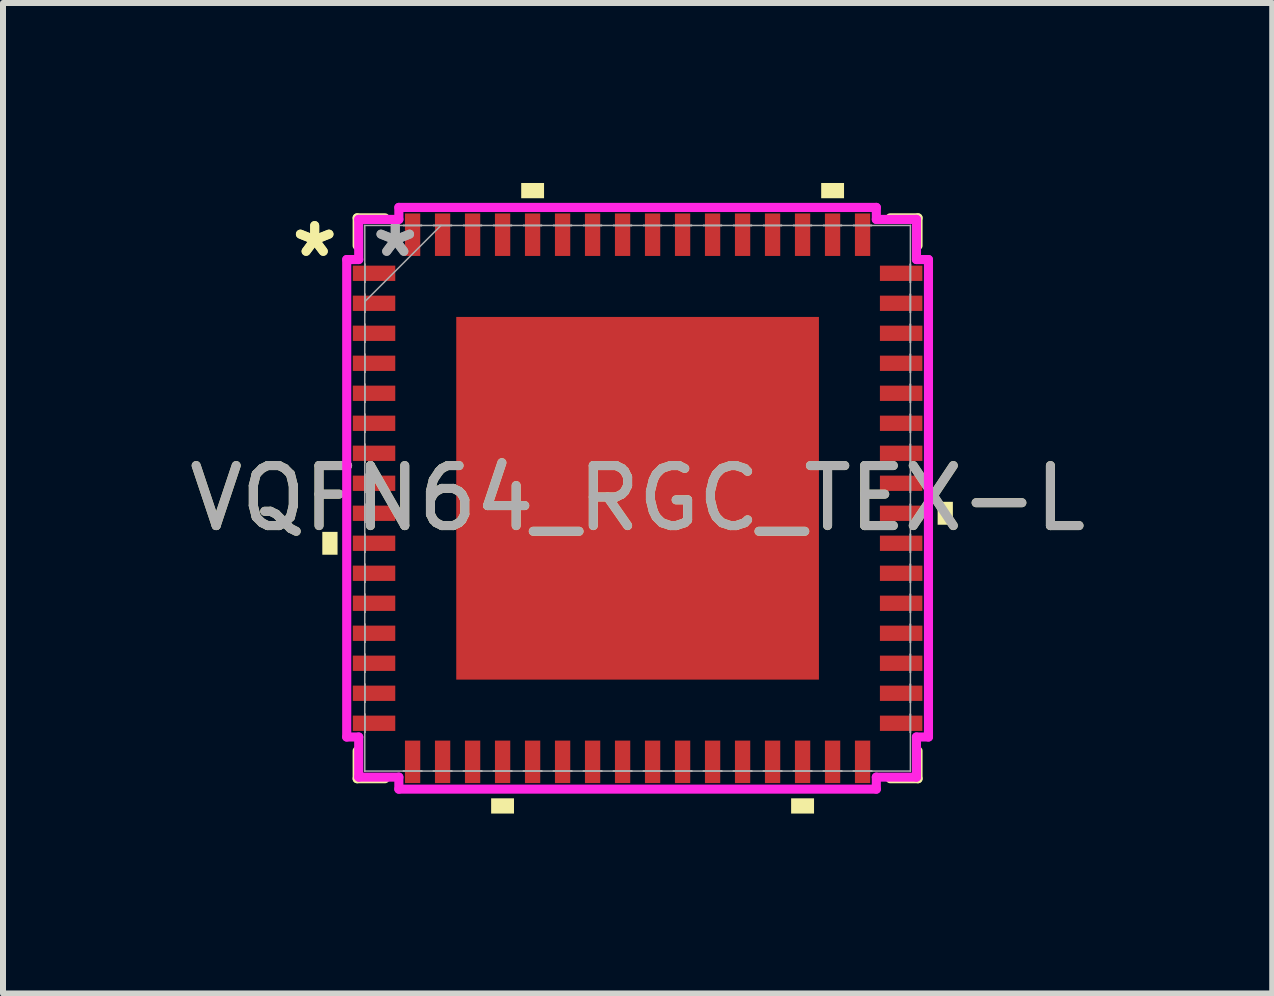
<source format=kicad_pcb>
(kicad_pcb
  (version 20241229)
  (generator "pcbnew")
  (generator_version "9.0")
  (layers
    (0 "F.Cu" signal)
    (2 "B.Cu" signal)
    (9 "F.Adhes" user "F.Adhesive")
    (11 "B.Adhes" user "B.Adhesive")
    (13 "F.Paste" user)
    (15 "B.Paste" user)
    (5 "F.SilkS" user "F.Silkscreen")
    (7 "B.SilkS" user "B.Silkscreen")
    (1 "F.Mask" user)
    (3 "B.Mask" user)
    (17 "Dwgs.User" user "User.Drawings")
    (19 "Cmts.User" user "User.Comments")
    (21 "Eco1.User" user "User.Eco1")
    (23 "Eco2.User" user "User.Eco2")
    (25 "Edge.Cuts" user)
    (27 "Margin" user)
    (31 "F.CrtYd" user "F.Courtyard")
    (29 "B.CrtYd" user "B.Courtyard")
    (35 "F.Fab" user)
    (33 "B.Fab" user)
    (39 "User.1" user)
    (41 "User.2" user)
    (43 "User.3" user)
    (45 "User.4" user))
  (footprint "VQFN64_RGC_TEX-L"
    (layer "F.Cu")
    (at 7.577 5.255)
    (property "Reference" "VQFN64_RGC_TEX-L" (at 0 0 0) (unlocked yes) (layer "F.SilkS") (effects (font (size 1 1) (thickness 0.15))))
    (attr smd)
    (fp_line (start -4.674 -4.674) (end -4.674 -4.21) (stroke (width 0.152) (type solid)) (layer "F.SilkS"))
    (fp_line (start -4.674 4.21) (end -4.674 4.674) (stroke (width 0.152) (type solid)) (layer "F.SilkS"))
    (fp_line (start -4.674 4.674) (end -4.21 4.674) (stroke (width 0.152) (type solid)) (layer "F.SilkS"))
    (fp_line (start -4.21 -4.674) (end -4.674 -4.674) (stroke (width 0.152) (type solid)) (layer "F.SilkS"))
    (fp_line (start 4.21 4.674) (end 4.674 4.674) (stroke (width 0.152) (type solid)) (layer "F.SilkS"))
    (fp_line (start 4.674 -4.674) (end 4.21 -4.674) (stroke (width 0.152) (type solid)) (layer "F.SilkS"))
    (fp_line (start 4.674 -4.21) (end 4.674 -4.674) (stroke (width 0.152) (type solid)) (layer "F.SilkS"))
    (fp_line (start 4.674 4.674) (end 4.674 4.21) (stroke (width 0.152) (type solid)) (layer "F.SilkS"))
    (fp_poly (pts (xy -5.255 0.56) (xy -5.255 0.941) (xy -5.001 0.941) (xy -5.001 0.56)) (stroke (width 0) (type solid)) (fill yes) (layer "F.SilkS"))
    (fp_poly (pts (xy -2.441 5.001) (xy -2.441 5.255) (xy -2.06 5.255) (xy -2.06 5.001)) (stroke (width 0) (type solid)) (fill yes) (layer "F.SilkS"))
    (fp_poly (pts (xy -1.94 -5.001) (xy -1.94 -5.255) (xy -1.559 -5.255) (xy -1.559 -5.001)) (stroke (width 0) (type solid)) (fill yes) (layer "F.SilkS"))
    (fp_poly (pts (xy 2.559 5.001) (xy 2.559 5.255) (xy 2.941 5.255) (xy 2.941 5.001)) (stroke (width 0) (type solid)) (fill yes) (layer "F.SilkS"))
    (fp_poly (pts (xy 3.06 -5.001) (xy 3.06 -5.255) (xy 3.441 -5.255) (xy 3.441 -5.001)) (stroke (width 0) (type solid)) (fill yes) (layer "F.SilkS"))
    (fp_poly (pts (xy 5.255 0.059) (xy 5.255 0.441) (xy 5.001 0.441) (xy 5.001 0.059)) (stroke (width 0) (type solid)) (fill yes) (layer "F.SilkS"))
    (fp_poly (pts (xy -2.923 -2.923) (xy -2.923 -1.611) (xy -1.611 -1.611) (xy -1.611 -2.923)) (stroke (width 0) (type solid)) (fill yes) (layer "F.Paste"))
    (fp_poly (pts (xy -2.923 -1.411) (xy -2.923 -0.1) (xy -1.611 -0.1) (xy -1.611 -1.411)) (stroke (width 0) (type solid)) (fill yes) (layer "F.Paste"))
    (fp_poly (pts (xy -2.923 0.1) (xy -2.923 1.411) (xy -1.611 1.411) (xy -1.611 0.1)) (stroke (width 0) (type solid)) (fill yes) (layer "F.Paste"))
    (fp_poly (pts (xy -2.923 1.611) (xy -2.923 2.923) (xy -1.611 2.923) (xy -1.611 1.611)) (stroke (width 0) (type solid)) (fill yes) (layer "F.Paste"))
    (fp_poly (pts (xy -1.411 -2.923) (xy -1.411 -1.611) (xy -0.1 -1.611) (xy -0.1 -2.923)) (stroke (width 0) (type solid)) (fill yes) (layer "F.Paste"))
    (fp_poly (pts (xy -1.411 -1.411) (xy -1.411 -0.1) (xy -0.1 -0.1) (xy -0.1 -1.411)) (stroke (width 0) (type solid)) (fill yes) (layer "F.Paste"))
    (fp_poly (pts (xy -1.411 0.1) (xy -1.411 1.411) (xy -0.1 1.411) (xy -0.1 0.1)) (stroke (width 0) (type solid)) (fill yes) (layer "F.Paste"))
    (fp_poly (pts (xy -1.411 1.611) (xy -1.411 2.923) (xy -0.1 2.923) (xy -0.1 1.611)) (stroke (width 0) (type solid)) (fill yes) (layer "F.Paste"))
    (fp_poly (pts (xy 0.1 -2.923) (xy 0.1 -1.611) (xy 1.411 -1.611) (xy 1.411 -2.923)) (stroke (width 0) (type solid)) (fill yes) (layer "F.Paste"))
    (fp_poly (pts (xy 0.1 -1.411) (xy 0.1 -0.1) (xy 1.411 -0.1) (xy 1.411 -1.411)) (stroke (width 0) (type solid)) (fill yes) (layer "F.Paste"))
    (fp_poly (pts (xy 0.1 0.1) (xy 0.1 1.411) (xy 1.411 1.411) (xy 1.411 0.1)) (stroke (width 0) (type solid)) (fill yes) (layer "F.Paste"))
    (fp_poly (pts (xy 0.1 1.611) (xy 0.1 2.923) (xy 1.411 2.923) (xy 1.411 1.611)) (stroke (width 0) (type solid)) (fill yes) (layer "F.Paste"))
    (fp_poly (pts (xy 1.611 -2.923) (xy 1.611 -1.611) (xy 2.923 -1.611) (xy 2.923 -2.923)) (stroke (width 0) (type solid)) (fill yes) (layer "F.Paste"))
    (fp_poly (pts (xy 1.611 -1.411) (xy 1.611 -0.1) (xy 2.923 -0.1) (xy 2.923 -1.411)) (stroke (width 0) (type solid)) (fill yes) (layer "F.Paste"))
    (fp_poly (pts (xy 1.611 0.1) (xy 1.611 1.411) (xy 2.923 1.411) (xy 2.923 0.1)) (stroke (width 0) (type solid)) (fill yes) (layer "F.Paste"))
    (fp_poly (pts (xy 1.611 1.611) (xy 1.611 2.923) (xy 2.923 2.923) (xy 2.923 1.611)) (stroke (width 0) (type solid)) (fill yes) (layer "F.Paste"))
    (fp_line (start -4.848 -3.979) (end -4.648 -3.979) (stroke (width 0.152) (type solid)) (layer "F.CrtYd"))
    (fp_line (start -4.848 3.979) (end -4.848 -3.979) (stroke (width 0.152) (type solid)) (layer "F.CrtYd"))
    (fp_line (start -4.648 -4.648) (end -3.979 -4.648) (stroke (width 0.152) (type solid)) (layer "F.CrtYd"))
    (fp_line (start -4.648 -3.979) (end -4.648 -4.648) (stroke (width 0.152) (type solid)) (layer "F.CrtYd"))
    (fp_line (start -4.648 3.979) (end -4.848 3.979) (stroke (width 0.152) (type solid)) (layer "F.CrtYd"))
    (fp_line (start -4.648 4.648) (end -4.648 3.979) (stroke (width 0.152) (type solid)) (layer "F.CrtYd"))
    (fp_line (start -3.979 -4.848) (end 3.979 -4.848) (stroke (width 0.152) (type solid)) (layer "F.CrtYd"))
    (fp_line (start -3.979 -4.648) (end -3.979 -4.848) (stroke (width 0.152) (type solid)) (layer "F.CrtYd"))
    (fp_line (start -3.979 4.648) (end -4.648 4.648) (stroke (width 0.152) (type solid)) (layer "F.CrtYd"))
    (fp_line (start -3.979 4.848) (end -3.979 4.648) (stroke (width 0.152) (type solid)) (layer "F.CrtYd"))
    (fp_line (start 3.979 -4.848) (end 3.979 -4.648) (stroke (width 0.152) (type solid)) (layer "F.CrtYd"))
    (fp_line (start 3.979 -4.648) (end 4.648 -4.648) (stroke (width 0.152) (type solid)) (layer "F.CrtYd"))
    (fp_line (start 3.979 4.648) (end 3.979 4.848) (stroke (width 0.152) (type solid)) (layer "F.CrtYd"))
    (fp_line (start 3.979 4.848) (end -3.979 4.848) (stroke (width 0.152) (type solid)) (layer "F.CrtYd"))
    (fp_line (start 4.648 -4.648) (end 4.648 -3.979) (stroke (width 0.152) (type solid)) (layer "F.CrtYd"))
    (fp_line (start 4.648 -3.979) (end 4.848 -3.979) (stroke (width 0.152) (type solid)) (layer "F.CrtYd"))
    (fp_line (start 4.648 3.979) (end 4.648 4.648) (stroke (width 0.152) (type solid)) (layer "F.CrtYd"))
    (fp_line (start 4.648 4.648) (end 3.979 4.648) (stroke (width 0.152) (type solid)) (layer "F.CrtYd"))
    (fp_line (start 4.848 -3.979) (end 4.848 3.979) (stroke (width 0.152) (type solid)) (layer "F.CrtYd"))
    (fp_line (start 4.848 3.979) (end 4.648 3.979) (stroke (width 0.152) (type solid)) (layer "F.CrtYd"))
    (fp_line (start -4.547 -4.547) (end -4.547 -4.547) (stroke (width 0.025) (type solid)) (layer "F.Fab"))
    (fp_line (start -4.547 -4.547) (end -4.547 4.547) (stroke (width 0.025) (type solid)) (layer "F.Fab"))
    (fp_line (start -4.547 -3.902) (end -4.547 -3.902) (stroke (width 0.025) (type solid)) (layer "F.Fab"))
    (fp_line (start -4.547 -3.902) (end -4.547 -3.598) (stroke (width 0.025) (type solid)) (layer "F.Fab"))
    (fp_line (start -4.547 -3.598) (end -4.547 -3.902) (stroke (width 0.025) (type solid)) (layer "F.Fab"))
    (fp_line (start -4.547 -3.598) (end -4.547 -3.598) (stroke (width 0.025) (type solid)) (layer "F.Fab"))
    (fp_line (start -4.547 -3.402) (end -4.547 -3.402) (stroke (width 0.025) (type solid)) (layer "F.Fab"))
    (fp_line (start -4.547 -3.402) (end -4.547 -3.098) (stroke (width 0.025) (type solid)) (layer "F.Fab"))
    (fp_line (start -4.547 -3.277) (end -3.277 -4.547) (stroke (width 0.025) (type solid)) (layer "F.Fab"))
    (fp_line (start -4.547 -3.098) (end -4.547 -3.402) (stroke (width 0.025) (type solid)) (layer "F.Fab"))
    (fp_line (start -4.547 -3.098) (end -4.547 -3.098) (stroke (width 0.025) (type solid)) (layer "F.Fab"))
    (fp_line (start -4.547 -2.902) (end -4.547 -2.902) (stroke (width 0.025) (type solid)) (layer "F.Fab"))
    (fp_line (start -4.547 -2.902) (end -4.547 -2.598) (stroke (width 0.025) (type solid)) (layer "F.Fab"))
    (fp_line (start -4.547 -2.598) (end -4.547 -2.902) (stroke (width 0.025) (type solid)) (layer "F.Fab"))
    (fp_line (start -4.547 -2.598) (end -4.547 -2.598) (stroke (width 0.025) (type solid)) (layer "F.Fab"))
    (fp_line (start -4.547 -2.402) (end -4.547 -2.402) (stroke (width 0.025) (type solid)) (layer "F.Fab"))
    (fp_line (start -4.547 -2.402) (end -4.547 -2.098) (stroke (width 0.025) (type solid)) (layer "F.Fab"))
    (fp_line (start -4.547 -2.098) (end -4.547 -2.402) (stroke (width 0.025) (type solid)) (layer "F.Fab"))
    (fp_line (start -4.547 -2.098) (end -4.547 -2.098) (stroke (width 0.025) (type solid)) (layer "F.Fab"))
    (fp_line (start -4.547 -1.902) (end -4.547 -1.902) (stroke (width 0.025) (type solid)) (layer "F.Fab"))
    (fp_line (start -4.547 -1.902) (end -4.547 -1.598) (stroke (width 0.025) (type solid)) (layer "F.Fab"))
    (fp_line (start -4.547 -1.598) (end -4.547 -1.902) (stroke (width 0.025) (type solid)) (layer "F.Fab"))
    (fp_line (start -4.547 -1.598) (end -4.547 -1.598) (stroke (width 0.025) (type solid)) (layer "F.Fab"))
    (fp_line (start -4.547 -1.402) (end -4.547 -1.402) (stroke (width 0.025) (type solid)) (layer "F.Fab"))
    (fp_line (start -4.547 -1.402) (end -4.547 -1.098) (stroke (width 0.025) (type solid)) (layer "F.Fab"))
    (fp_line (start -4.547 -1.098) (end -4.547 -1.402) (stroke (width 0.025) (type solid)) (layer "F.Fab"))
    (fp_line (start -4.547 -1.098) (end -4.547 -1.098) (stroke (width 0.025) (type solid)) (layer "F.Fab"))
    (fp_line (start -4.547 -0.902) (end -4.547 -0.902) (stroke (width 0.025) (type solid)) (layer "F.Fab"))
    (fp_line (start -4.547 -0.902) (end -4.547 -0.598) (stroke (width 0.025) (type solid)) (layer "F.Fab"))
    (fp_line (start -4.547 -0.598) (end -4.547 -0.902) (stroke (width 0.025) (type solid)) (layer "F.Fab"))
    (fp_line (start -4.547 -0.598) (end -4.547 -0.598) (stroke (width 0.025) (type solid)) (layer "F.Fab"))
    (fp_line (start -4.547 -0.402) (end -4.547 -0.402) (stroke (width 0.025) (type solid)) (layer "F.Fab"))
    (fp_line (start -4.547 -0.402) (end -4.547 -0.098) (stroke (width 0.025) (type solid)) (layer "F.Fab"))
    (fp_line (start -4.547 -0.098) (end -4.547 -0.402) (stroke (width 0.025) (type solid)) (layer "F.Fab"))
    (fp_line (start -4.547 -0.098) (end -4.547 -0.098) (stroke (width 0.025) (type solid)) (layer "F.Fab"))
    (fp_line (start -4.547 0.098) (end -4.547 0.098) (stroke (width 0.025) (type solid)) (layer "F.Fab"))
    (fp_line (start -4.547 0.098) (end -4.547 0.402) (stroke (width 0.025) (type solid)) (layer "F.Fab"))
    (fp_line (start -4.547 0.402) (end -4.547 0.098) (stroke (width 0.025) (type solid)) (layer "F.Fab"))
    (fp_line (start -4.547 0.402) (end -4.547 0.402) (stroke (width 0.025) (type solid)) (layer "F.Fab"))
    (fp_line (start -4.547 0.598) (end -4.547 0.598) (stroke (width 0.025) (type solid)) (layer "F.Fab"))
    (fp_line (start -4.547 0.598) (end -4.547 0.902) (stroke (width 0.025) (type solid)) (layer "F.Fab"))
    (fp_line (start -4.547 0.902) (end -4.547 0.598) (stroke (width 0.025) (type solid)) (layer "F.Fab"))
    (fp_line (start -4.547 0.902) (end -4.547 0.902) (stroke (width 0.025) (type solid)) (layer "F.Fab"))
    (fp_line (start -4.547 1.098) (end -4.547 1.098) (stroke (width 0.025) (type solid)) (layer "F.Fab"))
    (fp_line (start -4.547 1.098) (end -4.547 1.402) (stroke (width 0.025) (type solid)) (layer "F.Fab"))
    (fp_line (start -4.547 1.402) (end -4.547 1.098) (stroke (width 0.025) (type solid)) (layer "F.Fab"))
    (fp_line (start -4.547 1.402) (end -4.547 1.402) (stroke (width 0.025) (type solid)) (layer "F.Fab"))
    (fp_line (start -4.547 1.598) (end -4.547 1.598) (stroke (width 0.025) (type solid)) (layer "F.Fab"))
    (fp_line (start -4.547 1.598) (end -4.547 1.902) (stroke (width 0.025) (type solid)) (layer "F.Fab"))
    (fp_line (start -4.547 1.902) (end -4.547 1.598) (stroke (width 0.025) (type solid)) (layer "F.Fab"))
    (fp_line (start -4.547 1.902) (end -4.547 1.902) (stroke (width 0.025) (type solid)) (layer "F.Fab"))
    (fp_line (start -4.547 2.098) (end -4.547 2.098) (stroke (width 0.025) (type solid)) (layer "F.Fab"))
    (fp_line (start -4.547 2.098) (end -4.547 2.402) (stroke (width 0.025) (type solid)) (layer "F.Fab"))
    (fp_line (start -4.547 2.402) (end -4.547 2.098) (stroke (width 0.025) (type solid)) (layer "F.Fab"))
    (fp_line (start -4.547 2.402) (end -4.547 2.402) (stroke (width 0.025) (type solid)) (layer "F.Fab"))
    (fp_line (start -4.547 2.598) (end -4.547 2.598) (stroke (width 0.025) (type solid)) (layer "F.Fab"))
    (fp_line (start -4.547 2.598) (end -4.547 2.902) (stroke (width 0.025) (type solid)) (layer "F.Fab"))
    (fp_line (start -4.547 2.902) (end -4.547 2.598) (stroke (width 0.025) (type solid)) (layer "F.Fab"))
    (fp_line (start -4.547 2.902) (end -4.547 2.902) (stroke (width 0.025) (type solid)) (layer "F.Fab"))
    (fp_line (start -4.547 3.098) (end -4.547 3.098) (stroke (width 0.025) (type solid)) (layer "F.Fab"))
    (fp_line (start -4.547 3.098) (end -4.547 3.402) (stroke (width 0.025) (type solid)) (layer "F.Fab"))
    (fp_line (start -4.547 3.402) (end -4.547 3.098) (stroke (width 0.025) (type solid)) (layer "F.Fab"))
    (fp_line (start -4.547 3.402) (end -4.547 3.402) (stroke (width 0.025) (type solid)) (layer "F.Fab"))
    (fp_line (start -4.547 3.598) (end -4.547 3.598) (stroke (width 0.025) (type solid)) (layer "F.Fab"))
    (fp_line (start -4.547 3.598) (end -4.547 3.902) (stroke (width 0.025) (type solid)) (layer "F.Fab"))
    (fp_line (start -4.547 3.902) (end -4.547 3.598) (stroke (width 0.025) (type solid)) (layer "F.Fab"))
    (fp_line (start -4.547 3.902) (end -4.547 3.902) (stroke (width 0.025) (type solid)) (layer "F.Fab"))
    (fp_line (start -4.547 4.547) (end -4.547 4.547) (stroke (width 0.025) (type solid)) (layer "F.Fab"))
    (fp_line (start -4.547 4.547) (end 4.547 4.547) (stroke (width 0.025) (type solid)) (layer "F.Fab"))
    (fp_line (start -3.902 -4.547) (end -3.902 -4.547) (stroke (width 0.025) (type solid)) (layer "F.Fab"))
    (fp_line (start -3.902 -4.547) (end -3.598 -4.547) (stroke (width 0.025) (type solid)) (layer "F.Fab"))
    (fp_line (start -3.902 4.547) (end -3.902 4.547) (stroke (width 0.025) (type solid)) (layer "F.Fab"))
    (fp_line (start -3.902 4.547) (end -3.598 4.547) (stroke (width 0.025) (type solid)) (layer "F.Fab"))
    (fp_line (start -3.598 -4.547) (end -3.902 -4.547) (stroke (width 0.025) (type solid)) (layer "F.Fab"))
    (fp_line (start -3.598 -4.547) (end -3.598 -4.547) (stroke (width 0.025) (type solid)) (layer "F.Fab"))
    (fp_line (start -3.598 4.547) (end -3.902 4.547) (stroke (width 0.025) (type solid)) (layer "F.Fab"))
    (fp_line (start -3.598 4.547) (end -3.598 4.547) (stroke (width 0.025) (type solid)) (layer "F.Fab"))
    (fp_line (start -3.402 -4.547) (end -3.402 -4.547) (stroke (width 0.025) (type solid)) (layer "F.Fab"))
    (fp_line (start -3.402 -4.547) (end -3.098 -4.547) (stroke (width 0.025) (type solid)) (layer "F.Fab"))
    (fp_line (start -3.402 4.547) (end -3.402 4.547) (stroke (width 0.025) (type solid)) (layer "F.Fab"))
    (fp_line (start -3.402 4.547) (end -3.098 4.547) (stroke (width 0.025) (type solid)) (layer "F.Fab"))
    (fp_line (start -3.098 -4.547) (end -3.402 -4.547) (stroke (width 0.025) (type solid)) (layer "F.Fab"))
    (fp_line (start -3.098 -4.547) (end -3.098 -4.547) (stroke (width 0.025) (type solid)) (layer "F.Fab"))
    (fp_line (start -3.098 4.547) (end -3.402 4.547) (stroke (width 0.025) (type solid)) (layer "F.Fab"))
    (fp_line (start -3.098 4.547) (end -3.098 4.547) (stroke (width 0.025) (type solid)) (layer "F.Fab"))
    (fp_line (start -2.902 -4.547) (end -2.902 -4.547) (stroke (width 0.025) (type solid)) (layer "F.Fab"))
    (fp_line (start -2.902 -4.547) (end -2.598 -4.547) (stroke (width 0.025) (type solid)) (layer "F.Fab"))
    (fp_line (start -2.902 4.547) (end -2.902 4.547) (stroke (width 0.025) (type solid)) (layer "F.Fab"))
    (fp_line (start -2.902 4.547) (end -2.598 4.547) (stroke (width 0.025) (type solid)) (layer "F.Fab"))
    (fp_line (start -2.598 -4.547) (end -2.902 -4.547) (stroke (width 0.025) (type solid)) (layer "F.Fab"))
    (fp_line (start -2.598 -4.547) (end -2.598 -4.547) (stroke (width 0.025) (type solid)) (layer "F.Fab"))
    (fp_line (start -2.598 4.547) (end -2.902 4.547) (stroke (width 0.025) (type solid)) (layer "F.Fab"))
    (fp_line (start -2.598 4.547) (end -2.598 4.547) (stroke (width 0.025) (type solid)) (layer "F.Fab"))
    (fp_line (start -2.402 -4.547) (end -2.402 -4.547) (stroke (width 0.025) (type solid)) (layer "F.Fab"))
    (fp_line (start -2.402 -4.547) (end -2.098 -4.547) (stroke (width 0.025) (type solid)) (layer "F.Fab"))
    (fp_line (start -2.402 4.547) (end -2.402 4.547) (stroke (width 0.025) (type solid)) (layer "F.Fab"))
    (fp_line (start -2.402 4.547) (end -2.098 4.547) (stroke (width 0.025) (type solid)) (layer "F.Fab"))
    (fp_line (start -2.098 -4.547) (end -2.402 -4.547) (stroke (width 0.025) (type solid)) (layer "F.Fab"))
    (fp_line (start -2.098 -4.547) (end -2.098 -4.547) (stroke (width 0.025) (type solid)) (layer "F.Fab"))
    (fp_line (start -2.098 4.547) (end -2.402 4.547) (stroke (width 0.025) (type solid)) (layer "F.Fab"))
    (fp_line (start -2.098 4.547) (end -2.098 4.547) (stroke (width 0.025) (type solid)) (layer "F.Fab"))
    (fp_line (start -1.902 -4.547) (end -1.902 -4.547) (stroke (width 0.025) (type solid)) (layer "F.Fab"))
    (fp_line (start -1.902 -4.547) (end -1.598 -4.547) (stroke (width 0.025) (type solid)) (layer "F.Fab"))
    (fp_line (start -1.902 4.547) (end -1.902 4.547) (stroke (width 0.025) (type solid)) (layer "F.Fab"))
    (fp_line (start -1.902 4.547) (end -1.598 4.547) (stroke (width 0.025) (type solid)) (layer "F.Fab"))
    (fp_line (start -1.598 -4.547) (end -1.902 -4.547) (stroke (width 0.025) (type solid)) (layer "F.Fab"))
    (fp_line (start -1.598 -4.547) (end -1.598 -4.547) (stroke (width 0.025) (type solid)) (layer "F.Fab"))
    (fp_line (start -1.598 4.547) (end -1.902 4.547) (stroke (width 0.025) (type solid)) (layer "F.Fab"))
    (fp_line (start -1.598 4.547) (end -1.598 4.547) (stroke (width 0.025) (type solid)) (layer "F.Fab"))
    (fp_line (start -1.402 -4.547) (end -1.402 -4.547) (stroke (width 0.025) (type solid)) (layer "F.Fab"))
    (fp_line (start -1.402 -4.547) (end -1.098 -4.547) (stroke (width 0.025) (type solid)) (layer "F.Fab"))
    (fp_line (start -1.402 4.547) (end -1.402 4.547) (stroke (width 0.025) (type solid)) (layer "F.Fab"))
    (fp_line (start -1.402 4.547) (end -1.098 4.547) (stroke (width 0.025) (type solid)) (layer "F.Fab"))
    (fp_line (start -1.098 -4.547) (end -1.402 -4.547) (stroke (width 0.025) (type solid)) (layer "F.Fab"))
    (fp_line (start -1.098 -4.547) (end -1.098 -4.547) (stroke (width 0.025) (type solid)) (layer "F.Fab"))
    (fp_line (start -1.098 4.547) (end -1.402 4.547) (stroke (width 0.025) (type solid)) (layer "F.Fab"))
    (fp_line (start -1.098 4.547) (end -1.098 4.547) (stroke (width 0.025) (type solid)) (layer "F.Fab"))
    (fp_line (start -0.902 -4.547) (end -0.902 -4.547) (stroke (width 0.025) (type solid)) (layer "F.Fab"))
    (fp_line (start -0.902 -4.547) (end -0.598 -4.547) (stroke (width 0.025) (type solid)) (layer "F.Fab"))
    (fp_line (start -0.902 4.547) (end -0.902 4.547) (stroke (width 0.025) (type solid)) (layer "F.Fab"))
    (fp_line (start -0.902 4.547) (end -0.598 4.547) (stroke (width 0.025) (type solid)) (layer "F.Fab"))
    (fp_line (start -0.598 -4.547) (end -0.902 -4.547) (stroke (width 0.025) (type solid)) (layer "F.Fab"))
    (fp_line (start -0.598 -4.547) (end -0.598 -4.547) (stroke (width 0.025) (type solid)) (layer "F.Fab"))
    (fp_line (start -0.598 4.547) (end -0.902 4.547) (stroke (width 0.025) (type solid)) (layer "F.Fab"))
    (fp_line (start -0.598 4.547) (end -0.598 4.547) (stroke (width 0.025) (type solid)) (layer "F.Fab"))
    (fp_line (start -0.402 -4.547) (end -0.402 -4.547) (stroke (width 0.025) (type solid)) (layer "F.Fab"))
    (fp_line (start -0.402 -4.547) (end -0.098 -4.547) (stroke (width 0.025) (type solid)) (layer "F.Fab"))
    (fp_line (start -0.402 4.547) (end -0.402 4.547) (stroke (width 0.025) (type solid)) (layer "F.Fab"))
    (fp_line (start -0.402 4.547) (end -0.098 4.547) (stroke (width 0.025) (type solid)) (layer "F.Fab"))
    (fp_line (start -0.098 -4.547) (end -0.402 -4.547) (stroke (width 0.025) (type solid)) (layer "F.Fab"))
    (fp_line (start -0.098 -4.547) (end -0.098 -4.547) (stroke (width 0.025) (type solid)) (layer "F.Fab"))
    (fp_line (start -0.098 4.547) (end -0.402 4.547) (stroke (width 0.025) (type solid)) (layer "F.Fab"))
    (fp_line (start -0.098 4.547) (end -0.098 4.547) (stroke (width 0.025) (type solid)) (layer "F.Fab"))
    (fp_line (start 0.098 -4.547) (end 0.098 -4.547) (stroke (width 0.025) (type solid)) (layer "F.Fab"))
    (fp_line (start 0.098 -4.547) (end 0.402 -4.547) (stroke (width 0.025) (type solid)) (layer "F.Fab"))
    (fp_line (start 0.098 4.547) (end 0.098 4.547) (stroke (width 0.025) (type solid)) (layer "F.Fab"))
    (fp_line (start 0.098 4.547) (end 0.402 4.547) (stroke (width 0.025) (type solid)) (layer "F.Fab"))
    (fp_line (start 0.402 -4.547) (end 0.098 -4.547) (stroke (width 0.025) (type solid)) (layer "F.Fab"))
    (fp_line (start 0.402 -4.547) (end 0.402 -4.547) (stroke (width 0.025) (type solid)) (layer "F.Fab"))
    (fp_line (start 0.402 4.547) (end 0.098 4.547) (stroke (width 0.025) (type solid)) (layer "F.Fab"))
    (fp_line (start 0.402 4.547) (end 0.402 4.547) (stroke (width 0.025) (type solid)) (layer "F.Fab"))
    (fp_line (start 0.598 -4.547) (end 0.598 -4.547) (stroke (width 0.025) (type solid)) (layer "F.Fab"))
    (fp_line (start 0.598 -4.547) (end 0.902 -4.547) (stroke (width 0.025) (type solid)) (layer "F.Fab"))
    (fp_line (start 0.598 4.547) (end 0.598 4.547) (stroke (width 0.025) (type solid)) (layer "F.Fab"))
    (fp_line (start 0.598 4.547) (end 0.902 4.547) (stroke (width 0.025) (type solid)) (layer "F.Fab"))
    (fp_line (start 0.902 -4.547) (end 0.598 -4.547) (stroke (width 0.025) (type solid)) (layer "F.Fab"))
    (fp_line (start 0.902 -4.547) (end 0.902 -4.547) (stroke (width 0.025) (type solid)) (layer "F.Fab"))
    (fp_line (start 0.902 4.547) (end 0.598 4.547) (stroke (width 0.025) (type solid)) (layer "F.Fab"))
    (fp_line (start 0.902 4.547) (end 0.902 4.547) (stroke (width 0.025) (type solid)) (layer "F.Fab"))
    (fp_line (start 1.098 -4.547) (end 1.098 -4.547) (stroke (width 0.025) (type solid)) (layer "F.Fab"))
    (fp_line (start 1.098 -4.547) (end 1.402 -4.547) (stroke (width 0.025) (type solid)) (layer "F.Fab"))
    (fp_line (start 1.098 4.547) (end 1.098 4.547) (stroke (width 0.025) (type solid)) (layer "F.Fab"))
    (fp_line (start 1.098 4.547) (end 1.402 4.547) (stroke (width 0.025) (type solid)) (layer "F.Fab"))
    (fp_line (start 1.402 -4.547) (end 1.098 -4.547) (stroke (width 0.025) (type solid)) (layer "F.Fab"))
    (fp_line (start 1.402 -4.547) (end 1.402 -4.547) (stroke (width 0.025) (type solid)) (layer "F.Fab"))
    (fp_line (start 1.402 4.547) (end 1.098 4.547) (stroke (width 0.025) (type solid)) (layer "F.Fab"))
    (fp_line (start 1.402 4.547) (end 1.402 4.547) (stroke (width 0.025) (type solid)) (layer "F.Fab"))
    (fp_line (start 1.598 -4.547) (end 1.598 -4.547) (stroke (width 0.025) (type solid)) (layer "F.Fab"))
    (fp_line (start 1.598 -4.547) (end 1.902 -4.547) (stroke (width 0.025) (type solid)) (layer "F.Fab"))
    (fp_line (start 1.598 4.547) (end 1.598 4.547) (stroke (width 0.025) (type solid)) (layer "F.Fab"))
    (fp_line (start 1.598 4.547) (end 1.902 4.547) (stroke (width 0.025) (type solid)) (layer "F.Fab"))
    (fp_line (start 1.902 -4.547) (end 1.598 -4.547) (stroke (width 0.025) (type solid)) (layer "F.Fab"))
    (fp_line (start 1.902 -4.547) (end 1.902 -4.547) (stroke (width 0.025) (type solid)) (layer "F.Fab"))
    (fp_line (start 1.902 4.547) (end 1.598 4.547) (stroke (width 0.025) (type solid)) (layer "F.Fab"))
    (fp_line (start 1.902 4.547) (end 1.902 4.547) (stroke (width 0.025) (type solid)) (layer "F.Fab"))
    (fp_line (start 2.098 -4.547) (end 2.098 -4.547) (stroke (width 0.025) (type solid)) (layer "F.Fab"))
    (fp_line (start 2.098 -4.547) (end 2.402 -4.547) (stroke (width 0.025) (type solid)) (layer "F.Fab"))
    (fp_line (start 2.098 4.547) (end 2.098 4.547) (stroke (width 0.025) (type solid)) (layer "F.Fab"))
    (fp_line (start 2.098 4.547) (end 2.402 4.547) (stroke (width 0.025) (type solid)) (layer "F.Fab"))
    (fp_line (start 2.402 -4.547) (end 2.098 -4.547) (stroke (width 0.025) (type solid)) (layer "F.Fab"))
    (fp_line (start 2.402 -4.547) (end 2.402 -4.547) (stroke (width 0.025) (type solid)) (layer "F.Fab"))
    (fp_line (start 2.402 4.547) (end 2.098 4.547) (stroke (width 0.025) (type solid)) (layer "F.Fab"))
    (fp_line (start 2.402 4.547) (end 2.402 4.547) (stroke (width 0.025) (type solid)) (layer "F.Fab"))
    (fp_line (start 2.598 -4.547) (end 2.598 -4.547) (stroke (width 0.025) (type solid)) (layer "F.Fab"))
    (fp_line (start 2.598 -4.547) (end 2.902 -4.547) (stroke (width 0.025) (type solid)) (layer "F.Fab"))
    (fp_line (start 2.598 4.547) (end 2.598 4.547) (stroke (width 0.025) (type solid)) (layer "F.Fab"))
    (fp_line (start 2.598 4.547) (end 2.902 4.547) (stroke (width 0.025) (type solid)) (layer "F.Fab"))
    (fp_line (start 2.902 -4.547) (end 2.598 -4.547) (stroke (width 0.025) (type solid)) (layer "F.Fab"))
    (fp_line (start 2.902 -4.547) (end 2.902 -4.547) (stroke (width 0.025) (type solid)) (layer "F.Fab"))
    (fp_line (start 2.902 4.547) (end 2.598 4.547) (stroke (width 0.025) (type solid)) (layer "F.Fab"))
    (fp_line (start 2.902 4.547) (end 2.902 4.547) (stroke (width 0.025) (type solid)) (layer "F.Fab"))
    (fp_line (start 3.098 -4.547) (end 3.098 -4.547) (stroke (width 0.025) (type solid)) (layer "F.Fab"))
    (fp_line (start 3.098 -4.547) (end 3.402 -4.547) (stroke (width 0.025) (type solid)) (layer "F.Fab"))
    (fp_line (start 3.098 4.547) (end 3.098 4.547) (stroke (width 0.025) (type solid)) (layer "F.Fab"))
    (fp_line (start 3.098 4.547) (end 3.402 4.547) (stroke (width 0.025) (type solid)) (layer "F.Fab"))
    (fp_line (start 3.402 -4.547) (end 3.098 -4.547) (stroke (width 0.025) (type solid)) (layer "F.Fab"))
    (fp_line (start 3.402 -4.547) (end 3.402 -4.547) (stroke (width 0.025) (type solid)) (layer "F.Fab"))
    (fp_line (start 3.402 4.547) (end 3.098 4.547) (stroke (width 0.025) (type solid)) (layer "F.Fab"))
    (fp_line (start 3.402 4.547) (end 3.402 4.547) (stroke (width 0.025) (type solid)) (layer "F.Fab"))
    (fp_line (start 3.598 -4.547) (end 3.598 -4.547) (stroke (width 0.025) (type solid)) (layer "F.Fab"))
    (fp_line (start 3.598 -4.547) (end 3.902 -4.547) (stroke (width 0.025) (type solid)) (layer "F.Fab"))
    (fp_line (start 3.598 4.547) (end 3.598 4.547) (stroke (width 0.025) (type solid)) (layer "F.Fab"))
    (fp_line (start 3.598 4.547) (end 3.902 4.547) (stroke (width 0.025) (type solid)) (layer "F.Fab"))
    (fp_line (start 3.902 -4.547) (end 3.598 -4.547) (stroke (width 0.025) (type solid)) (layer "F.Fab"))
    (fp_line (start 3.902 -4.547) (end 3.902 -4.547) (stroke (width 0.025) (type solid)) (layer "F.Fab"))
    (fp_line (start 3.902 4.547) (end 3.598 4.547) (stroke (width 0.025) (type solid)) (layer "F.Fab"))
    (fp_line (start 3.902 4.547) (end 3.902 4.547) (stroke (width 0.025) (type solid)) (layer "F.Fab"))
    (fp_line (start 4.547 -4.547) (end -4.547 -4.547) (stroke (width 0.025) (type solid)) (layer "F.Fab"))
    (fp_line (start 4.547 -4.547) (end 4.547 -4.547) (stroke (width 0.025) (type solid)) (layer "F.Fab"))
    (fp_line (start 4.547 -3.902) (end 4.547 -3.902) (stroke (width 0.025) (type solid)) (layer "F.Fab"))
    (fp_line (start 4.547 -3.902) (end 4.547 -3.598) (stroke (width 0.025) (type solid)) (layer "F.Fab"))
    (fp_line (start 4.547 -3.598) (end 4.547 -3.902) (stroke (width 0.025) (type solid)) (layer "F.Fab"))
    (fp_line (start 4.547 -3.598) (end 4.547 -3.598) (stroke (width 0.025) (type solid)) (layer "F.Fab"))
    (fp_line (start 4.547 -3.402) (end 4.547 -3.402) (stroke (width 0.025) (type solid)) (layer "F.Fab"))
    (fp_line (start 4.547 -3.402) (end 4.547 -3.098) (stroke (width 0.025) (type solid)) (layer "F.Fab"))
    (fp_line (start 4.547 -3.098) (end 4.547 -3.402) (stroke (width 0.025) (type solid)) (layer "F.Fab"))
    (fp_line (start 4.547 -3.098) (end 4.547 -3.098) (stroke (width 0.025) (type solid)) (layer "F.Fab"))
    (fp_line (start 4.547 -2.902) (end 4.547 -2.902) (stroke (width 0.025) (type solid)) (layer "F.Fab"))
    (fp_line (start 4.547 -2.902) (end 4.547 -2.598) (stroke (width 0.025) (type solid)) (layer "F.Fab"))
    (fp_line (start 4.547 -2.598) (end 4.547 -2.902) (stroke (width 0.025) (type solid)) (layer "F.Fab"))
    (fp_line (start 4.547 -2.598) (end 4.547 -2.598) (stroke (width 0.025) (type solid)) (layer "F.Fab"))
    (fp_line (start 4.547 -2.402) (end 4.547 -2.402) (stroke (width 0.025) (type solid)) (layer "F.Fab"))
    (fp_line (start 4.547 -2.402) (end 4.547 -2.098) (stroke (width 0.025) (type solid)) (layer "F.Fab"))
    (fp_line (start 4.547 -2.098) (end 4.547 -2.402) (stroke (width 0.025) (type solid)) (layer "F.Fab"))
    (fp_line (start 4.547 -2.098) (end 4.547 -2.098) (stroke (width 0.025) (type solid)) (layer "F.Fab"))
    (fp_line (start 4.547 -1.902) (end 4.547 -1.902) (stroke (width 0.025) (type solid)) (layer "F.Fab"))
    (fp_line (start 4.547 -1.902) (end 4.547 -1.598) (stroke (width 0.025) (type solid)) (layer "F.Fab"))
    (fp_line (start 4.547 -1.598) (end 4.547 -1.902) (stroke (width 0.025) (type solid)) (layer "F.Fab"))
    (fp_line (start 4.547 -1.598) (end 4.547 -1.598) (stroke (width 0.025) (type solid)) (layer "F.Fab"))
    (fp_line (start 4.547 -1.402) (end 4.547 -1.402) (stroke (width 0.025) (type solid)) (layer "F.Fab"))
    (fp_line (start 4.547 -1.402) (end 4.547 -1.098) (stroke (width 0.025) (type solid)) (layer "F.Fab"))
    (fp_line (start 4.547 -1.098) (end 4.547 -1.402) (stroke (width 0.025) (type solid)) (layer "F.Fab"))
    (fp_line (start 4.547 -1.098) (end 4.547 -1.098) (stroke (width 0.025) (type solid)) (layer "F.Fab"))
    (fp_line (start 4.547 -0.902) (end 4.547 -0.902) (stroke (width 0.025) (type solid)) (layer "F.Fab"))
    (fp_line (start 4.547 -0.902) (end 4.547 -0.598) (stroke (width 0.025) (type solid)) (layer "F.Fab"))
    (fp_line (start 4.547 -0.598) (end 4.547 -0.902) (stroke (width 0.025) (type solid)) (layer "F.Fab"))
    (fp_line (start 4.547 -0.598) (end 4.547 -0.598) (stroke (width 0.025) (type solid)) (layer "F.Fab"))
    (fp_line (start 4.547 -0.402) (end 4.547 -0.402) (stroke (width 0.025) (type solid)) (layer "F.Fab"))
    (fp_line (start 4.547 -0.402) (end 4.547 -0.098) (stroke (width 0.025) (type solid)) (layer "F.Fab"))
    (fp_line (start 4.547 -0.098) (end 4.547 -0.402) (stroke (width 0.025) (type solid)) (layer "F.Fab"))
    (fp_line (start 4.547 -0.098) (end 4.547 -0.098) (stroke (width 0.025) (type solid)) (layer "F.Fab"))
    (fp_line (start 4.547 0.098) (end 4.547 0.098) (stroke (width 0.025) (type solid)) (layer "F.Fab"))
    (fp_line (start 4.547 0.098) (end 4.547 0.402) (stroke (width 0.025) (type solid)) (layer "F.Fab"))
    (fp_line (start 4.547 0.402) (end 4.547 0.098) (stroke (width 0.025) (type solid)) (layer "F.Fab"))
    (fp_line (start 4.547 0.402) (end 4.547 0.402) (stroke (width 0.025) (type solid)) (layer "F.Fab"))
    (fp_line (start 4.547 0.598) (end 4.547 0.598) (stroke (width 0.025) (type solid)) (layer "F.Fab"))
    (fp_line (start 4.547 0.598) (end 4.547 0.902) (stroke (width 0.025) (type solid)) (layer "F.Fab"))
    (fp_line (start 4.547 0.902) (end 4.547 0.598) (stroke (width 0.025) (type solid)) (layer "F.Fab"))
    (fp_line (start 4.547 0.902) (end 4.547 0.902) (stroke (width 0.025) (type solid)) (layer "F.Fab"))
    (fp_line (start 4.547 1.098) (end 4.547 1.098) (stroke (width 0.025) (type solid)) (layer "F.Fab"))
    (fp_line (start 4.547 1.098) (end 4.547 1.402) (stroke (width 0.025) (type solid)) (layer "F.Fab"))
    (fp_line (start 4.547 1.402) (end 4.547 1.098) (stroke (width 0.025) (type solid)) (layer "F.Fab"))
    (fp_line (start 4.547 1.402) (end 4.547 1.402) (stroke (width 0.025) (type solid)) (layer "F.Fab"))
    (fp_line (start 4.547 1.598) (end 4.547 1.598) (stroke (width 0.025) (type solid)) (layer "F.Fab"))
    (fp_line (start 4.547 1.598) (end 4.547 1.902) (stroke (width 0.025) (type solid)) (layer "F.Fab"))
    (fp_line (start 4.547 1.902) (end 4.547 1.598) (stroke (width 0.025) (type solid)) (layer "F.Fab"))
    (fp_line (start 4.547 1.902) (end 4.547 1.902) (stroke (width 0.025) (type solid)) (layer "F.Fab"))
    (fp_line (start 4.547 2.098) (end 4.547 2.098) (stroke (width 0.025) (type solid)) (layer "F.Fab"))
    (fp_line (start 4.547 2.098) (end 4.547 2.402) (stroke (width 0.025) (type solid)) (layer "F.Fab"))
    (fp_line (start 4.547 2.402) (end 4.547 2.098) (stroke (width 0.025) (type solid)) (layer "F.Fab"))
    (fp_line (start 4.547 2.402) (end 4.547 2.402) (stroke (width 0.025) (type solid)) (layer "F.Fab"))
    (fp_line (start 4.547 2.598) (end 4.547 2.598) (stroke (width 0.025) (type solid)) (layer "F.Fab"))
    (fp_line (start 4.547 2.598) (end 4.547 2.902) (stroke (width 0.025) (type solid)) (layer "F.Fab"))
    (fp_line (start 4.547 2.902) (end 4.547 2.598) (stroke (width 0.025) (type solid)) (layer "F.Fab"))
    (fp_line (start 4.547 2.902) (end 4.547 2.902) (stroke (width 0.025) (type solid)) (layer "F.Fab"))
    (fp_line (start 4.547 3.098) (end 4.547 3.098) (stroke (width 0.025) (type solid)) (layer "F.Fab"))
    (fp_line (start 4.547 3.098) (end 4.547 3.402) (stroke (width 0.025) (type solid)) (layer "F.Fab"))
    (fp_line (start 4.547 3.402) (end 4.547 3.098) (stroke (width 0.025) (type solid)) (layer "F.Fab"))
    (fp_line (start 4.547 3.402) (end 4.547 3.402) (stroke (width 0.025) (type solid)) (layer "F.Fab"))
    (fp_line (start 4.547 3.598) (end 4.547 3.598) (stroke (width 0.025) (type solid)) (layer "F.Fab"))
    (fp_line (start 4.547 3.598) (end 4.547 3.902) (stroke (width 0.025) (type solid)) (layer "F.Fab"))
    (fp_line (start 4.547 3.902) (end 4.547 3.598) (stroke (width 0.025) (type solid)) (layer "F.Fab"))
    (fp_line (start 4.547 3.902) (end 4.547 3.902) (stroke (width 0.025) (type solid)) (layer "F.Fab"))
    (fp_line (start 4.547 4.547) (end 4.547 -4.547) (stroke (width 0.025) (type solid)) (layer "F.Fab"))
    (fp_line (start 4.547 4.547) (end 4.547 4.547) (stroke (width 0.025) (type solid)) (layer "F.Fab"))
    (fp_text user "*" (at -5.382 -4 0) (layer "F.SilkS") (effects (font (size 1 1) (thickness 0.15))))
    (fp_text user "*" (at -5.382 -4 0) (unlocked yes) (layer "F.SilkS") (effects (font (size 1 1) (thickness 0.15))))
    (fp_text user "${REFERENCE}" (at 0 0 0) (unlocked yes) (layer "F.Fab") (effects (font (size 1 1) (thickness 0.15))))
    (fp_text user "*" (at -4.039 -4 0) (layer "F.Fab") (effects (font (size 1 1) (thickness 0.15))))
    (fp_text user "*" (at -4.039 -4 0) (unlocked yes) (layer "F.Fab") (effects (font (size 1 1) (thickness 0.15))))
    (pad "1" smd rect (at -4.393 -3.75 90) (size 0.255 0.708) (layers "F.Cu" "F.Mask" "F.Paste"))
    (pad "2" smd rect (at -4.393 -3.25 90) (size 0.255 0.708) (layers "F.Cu" "F.Mask" "F.Paste"))
    (pad "3" smd rect (at -4.393 -2.75 90) (size 0.255 0.708) (layers "F.Cu" "F.Mask" "F.Paste"))
    (pad "4" smd rect (at -4.393 -2.25 90) (size 0.255 0.708) (layers "F.Cu" "F.Mask" "F.Paste"))
    (pad "5" smd rect (at -4.393 -1.75 90) (size 0.255 0.708) (layers "F.Cu" "F.Mask" "F.Paste"))
    (pad "6" smd rect (at -4.393 -1.25 90) (size 0.255 0.708) (layers "F.Cu" "F.Mask" "F.Paste"))
    (pad "7" smd rect (at -4.393 -0.75 90) (size 0.255 0.708) (layers "F.Cu" "F.Mask" "F.Paste"))
    (pad "8" smd rect (at -4.393 -0.25 90) (size 0.255 0.708) (layers "F.Cu" "F.Mask" "F.Paste"))
    (pad "9" smd rect (at -4.393 0.25 90) (size 0.255 0.708) (layers "F.Cu" "F.Mask" "F.Paste"))
    (pad "10" smd rect (at -4.393 0.75 90) (size 0.255 0.708) (layers "F.Cu" "F.Mask" "F.Paste"))
    (pad "11" smd rect (at -4.393 1.25 90) (size 0.255 0.708) (layers "F.Cu" "F.Mask" "F.Paste"))
    (pad "12" smd rect (at -4.393 1.75 90) (size 0.255 0.708) (layers "F.Cu" "F.Mask" "F.Paste"))
    (pad "13" smd rect (at -4.393 2.25 90) (size 0.255 0.708) (layers "F.Cu" "F.Mask" "F.Paste"))
    (pad "14" smd rect (at -4.393 2.75 90) (size 0.255 0.708) (layers "F.Cu" "F.Mask" "F.Paste"))
    (pad "15" smd rect (at -4.393 3.25 90) (size 0.255 0.708) (layers "F.Cu" "F.Mask" "F.Paste"))
    (pad "16" smd rect (at -4.393 3.75 90) (size 0.255 0.708) (layers "F.Cu" "F.Mask" "F.Paste"))
    (pad "17" smd rect (at -3.75 4.393) (size 0.255 0.708) (layers "F.Cu" "F.Mask" "F.Paste"))
    (pad "18" smd rect (at -3.25 4.393) (size 0.255 0.708) (layers "F.Cu" "F.Mask" "F.Paste"))
    (pad "19" smd rect (at -2.75 4.393) (size 0.255 0.708) (layers "F.Cu" "F.Mask" "F.Paste"))
    (pad "20" smd rect (at -2.25 4.393) (size 0.255 0.708) (layers "F.Cu" "F.Mask" "F.Paste"))
    (pad "21" smd rect (at -1.75 4.393) (size 0.255 0.708) (layers "F.Cu" "F.Mask" "F.Paste"))
    (pad "22" smd rect (at -1.25 4.393) (size 0.255 0.708) (layers "F.Cu" "F.Mask" "F.Paste"))
    (pad "23" smd rect (at -0.75 4.393) (size 0.255 0.708) (layers "F.Cu" "F.Mask" "F.Paste"))
    (pad "24" smd rect (at -0.25 4.393) (size 0.255 0.708) (layers "F.Cu" "F.Mask" "F.Paste"))
    (pad "25" smd rect (at 0.25 4.393) (size 0.255 0.708) (layers "F.Cu" "F.Mask" "F.Paste"))
    (pad "26" smd rect (at 0.75 4.393) (size 0.255 0.708) (layers "F.Cu" "F.Mask" "F.Paste"))
    (pad "27" smd rect (at 1.25 4.393) (size 0.255 0.708) (layers "F.Cu" "F.Mask" "F.Paste"))
    (pad "28" smd rect (at 1.75 4.393) (size 0.255 0.708) (layers "F.Cu" "F.Mask" "F.Paste"))
    (pad "29" smd rect (at 2.25 4.393) (size 0.255 0.708) (layers "F.Cu" "F.Mask" "F.Paste"))
    (pad "30" smd rect (at 2.75 4.393) (size 0.255 0.708) (layers "F.Cu" "F.Mask" "F.Paste"))
    (pad "31" smd rect (at 3.25 4.393) (size 0.255 0.708) (layers "F.Cu" "F.Mask" "F.Paste"))
    (pad "32" smd rect (at 3.75 4.393) (size 0.255 0.708) (layers "F.Cu" "F.Mask" "F.Paste"))
    (pad "33" smd rect (at 4.393 3.75 90) (size 0.255 0.708) (layers "F.Cu" "F.Mask" "F.Paste"))
    (pad "34" smd rect (at 4.393 3.25 90) (size 0.255 0.708) (layers "F.Cu" "F.Mask" "F.Paste"))
    (pad "35" smd rect (at 4.393 2.75 90) (size 0.255 0.708) (layers "F.Cu" "F.Mask" "F.Paste"))
    (pad "36" smd rect (at 4.393 2.25 90) (size 0.255 0.708) (layers "F.Cu" "F.Mask" "F.Paste"))
    (pad "37" smd rect (at 4.393 1.75 90) (size 0.255 0.708) (layers "F.Cu" "F.Mask" "F.Paste"))
    (pad "38" smd rect (at 4.393 1.25 90) (size 0.255 0.708) (layers "F.Cu" "F.Mask" "F.Paste"))
    (pad "39" smd rect (at 4.393 0.75 90) (size 0.255 0.708) (layers "F.Cu" "F.Mask" "F.Paste"))
    (pad "40" smd rect (at 4.393 0.25 90) (size 0.255 0.708) (layers "F.Cu" "F.Mask" "F.Paste"))
    (pad "41" smd rect (at 4.393 -0.25 90) (size 0.255 0.708) (layers "F.Cu" "F.Mask" "F.Paste"))
    (pad "42" smd rect (at 4.393 -0.75 90) (size 0.255 0.708) (layers "F.Cu" "F.Mask" "F.Paste"))
    (pad "43" smd rect (at 4.393 -1.25 90) (size 0.255 0.708) (layers "F.Cu" "F.Mask" "F.Paste"))
    (pad "44" smd rect (at 4.393 -1.75 90) (size 0.255 0.708) (layers "F.Cu" "F.Mask" "F.Paste"))
    (pad "45" smd rect (at 4.393 -2.25 90) (size 0.255 0.708) (layers "F.Cu" "F.Mask" "F.Paste"))
    (pad "46" smd rect (at 4.393 -2.75 90) (size 0.255 0.708) (layers "F.Cu" "F.Mask" "F.Paste"))
    (pad "47" smd rect (at 4.393 -3.25 90) (size 0.255 0.708) (layers "F.Cu" "F.Mask" "F.Paste"))
    (pad "48" smd rect (at 4.393 -3.75 90) (size 0.255 0.708) (layers "F.Cu" "F.Mask" "F.Paste"))
    (pad "49" smd rect (at 3.75 -4.393) (size 0.255 0.708) (layers "F.Cu" "F.Mask" "F.Paste"))
    (pad "50" smd rect (at 3.25 -4.393) (size 0.255 0.708) (layers "F.Cu" "F.Mask" "F.Paste"))
    (pad "51" smd rect (at 2.75 -4.393) (size 0.255 0.708) (layers "F.Cu" "F.Mask" "F.Paste"))
    (pad "52" smd rect (at 2.25 -4.393) (size 0.255 0.708) (layers "F.Cu" "F.Mask" "F.Paste"))
    (pad "53" smd rect (at 1.75 -4.393) (size 0.255 0.708) (layers "F.Cu" "F.Mask" "F.Paste"))
    (pad "54" smd rect (at 1.25 -4.393) (size 0.255 0.708) (layers "F.Cu" "F.Mask" "F.Paste"))
    (pad "55" smd rect (at 0.75 -4.393) (size 0.255 0.708) (layers "F.Cu" "F.Mask" "F.Paste"))
    (pad "56" smd rect (at 0.25 -4.393) (size 0.255 0.708) (layers "F.Cu" "F.Mask" "F.Paste"))
    (pad "57" smd rect (at -0.25 -4.393) (size 0.255 0.708) (layers "F.Cu" "F.Mask" "F.Paste"))
    (pad "58" smd rect (at -0.75 -4.393) (size 0.255 0.708) (layers "F.Cu" "F.Mask" "F.Paste"))
    (pad "59" smd rect (at -1.25 -4.393) (size 0.255 0.708) (layers "F.Cu" "F.Mask" "F.Paste"))
    (pad "60" smd rect (at -1.75 -4.393) (size 0.255 0.708) (layers "F.Cu" "F.Mask" "F.Paste"))
    (pad "61" smd rect (at -2.25 -4.393) (size 0.255 0.708) (layers "F.Cu" "F.Mask" "F.Paste"))
    (pad "62" smd rect (at -2.75 -4.393) (size 0.255 0.708) (layers "F.Cu" "F.Mask" "F.Paste"))
    (pad "63" smd rect (at -3.25 -4.393) (size 0.255 0.708) (layers "F.Cu" "F.Mask" "F.Paste"))
    (pad "64" smd rect (at -3.75 -4.393) (size 0.255 0.708) (layers "F.Cu" "F.Mask" "F.Paste"))
    (pad "65" smd rect (at 0 0) (size 6.045 6.045) (layers "F.Cu" "F.Mask" "F.Paste")))
  (gr_rect
    (start -3 -3)
    (end 18.155 13.509)
    (stroke (width 0.1) (type default))
    (fill no)
    (layer "Edge.Cuts")))
</source>
